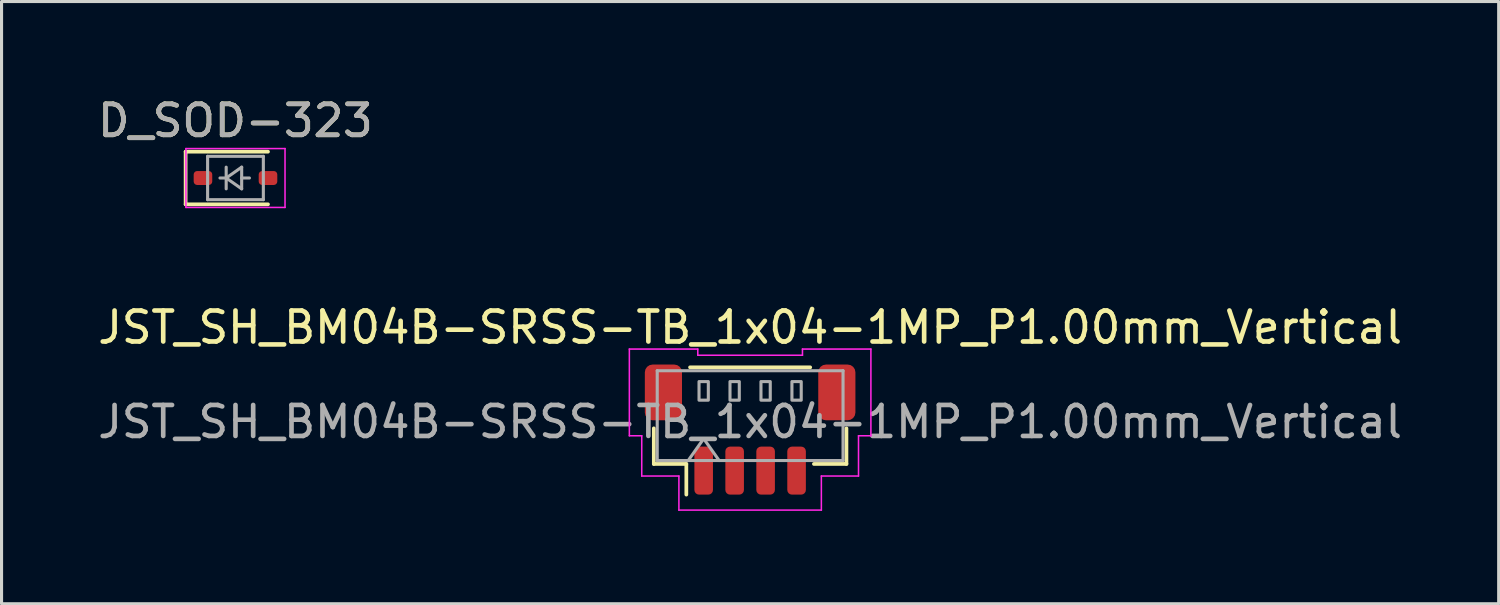
<source format=kicad_pcb>
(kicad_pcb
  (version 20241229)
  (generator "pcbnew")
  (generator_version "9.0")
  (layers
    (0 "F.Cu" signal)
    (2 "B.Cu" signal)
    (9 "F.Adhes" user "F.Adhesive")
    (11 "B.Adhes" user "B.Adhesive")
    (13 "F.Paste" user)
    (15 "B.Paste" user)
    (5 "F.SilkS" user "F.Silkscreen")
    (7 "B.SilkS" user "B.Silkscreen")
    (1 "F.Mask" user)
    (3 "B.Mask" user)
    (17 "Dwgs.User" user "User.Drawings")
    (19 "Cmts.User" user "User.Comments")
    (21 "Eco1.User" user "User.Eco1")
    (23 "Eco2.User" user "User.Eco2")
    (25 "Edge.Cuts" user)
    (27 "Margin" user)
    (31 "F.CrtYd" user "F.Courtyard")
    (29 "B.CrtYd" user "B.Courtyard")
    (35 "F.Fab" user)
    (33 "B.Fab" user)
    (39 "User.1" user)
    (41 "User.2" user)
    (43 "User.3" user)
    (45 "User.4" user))
  (footprint "JST_SH_BM04B-SRSS-TB_1x04-1MP_P1.00mm_Vertical"
    (layer "F.Cu")
    (at 21.173 10.822)
    (property "Reference" "JST_SH_BM04B-SRSS-TB_1x04-1MP_P1.00mm_Vertical" (at 0 -3.3 0) (layer "F.SilkS") (effects (font (size 1 1) (thickness 0.15))))
    (attr smd)
    (fp_line (start -3.11 -0.04) (end -3.11 1.11) (stroke (width 0.12) (type solid)) (layer "F.SilkS"))
    (fp_line (start -3.11 1.11) (end -2.06 1.11) (stroke (width 0.12) (type solid)) (layer "F.SilkS"))
    (fp_line (start -2.06 1.11) (end -2.06 2.1) (stroke (width 0.12) (type solid)) (layer "F.SilkS"))
    (fp_line (start -1.94 -2.01) (end 1.94 -2.01) (stroke (width 0.12) (type solid)) (layer "F.SilkS"))
    (fp_line (start 3.11 -0.04) (end 3.11 1.11) (stroke (width 0.12) (type solid)) (layer "F.SilkS"))
    (fp_line (start 3.11 1.11) (end 2.06 1.11) (stroke (width 0.12) (type solid)) (layer "F.SilkS"))
    (fp_line (start -3.9 -2.6) (end -1.69 -2.6) (stroke (width 0.05) (type solid)) (layer "F.CrtYd"))
    (fp_line (start -3.9 0.2) (end -3.9 -2.6) (stroke (width 0.05) (type solid)) (layer "F.CrtYd"))
    (fp_line (start -3.5 0.2) (end -3.9 0.2) (stroke (width 0.05) (type solid)) (layer "F.CrtYd"))
    (fp_line (start -3.5 1.5) (end -3.5 0.2) (stroke (width 0.05) (type solid)) (layer "F.CrtYd"))
    (fp_line (start -2.3 1.5) (end -3.5 1.5) (stroke (width 0.05) (type solid)) (layer "F.CrtYd"))
    (fp_line (start -2.3 2.6) (end -2.3 1.5) (stroke (width 0.05) (type solid)) (layer "F.CrtYd"))
    (fp_line (start -1.69 -2.6) (end -1.69 -2.4) (stroke (width 0.05) (type solid)) (layer "F.CrtYd"))
    (fp_line (start -1.69 -2.4) (end 1.69 -2.4) (stroke (width 0.05) (type solid)) (layer "F.CrtYd"))
    (fp_line (start 1.69 -2.6) (end 3.9 -2.6) (stroke (width 0.05) (type solid)) (layer "F.CrtYd"))
    (fp_line (start 1.69 -2.4) (end 1.69 -2.6) (stroke (width 0.05) (type solid)) (layer "F.CrtYd"))
    (fp_line (start 2.3 1.5) (end 2.3 2.6) (stroke (width 0.05) (type solid)) (layer "F.CrtYd"))
    (fp_line (start 2.3 2.6) (end -2.3 2.6) (stroke (width 0.05) (type solid)) (layer "F.CrtYd"))
    (fp_line (start 3.5 0.2) (end 3.5 1.5) (stroke (width 0.05) (type solid)) (layer "F.CrtYd"))
    (fp_line (start 3.5 1.5) (end 2.3 1.5) (stroke (width 0.05) (type solid)) (layer "F.CrtYd"))
    (fp_line (start 3.9 -2.6) (end 3.9 0.2) (stroke (width 0.05) (type solid)) (layer "F.CrtYd"))
    (fp_line (start 3.9 0.2) (end 3.5 0.2) (stroke (width 0.05) (type solid)) (layer "F.CrtYd"))
    (fp_line (start -3 -1.9) (end 3 -1.9) (stroke (width 0.1) (type solid)) (layer "F.Fab"))
    (fp_line (start -3 1) (end -3 -1.9) (stroke (width 0.1) (type solid)) (layer "F.Fab"))
    (fp_line (start -3 1) (end 3 1) (stroke (width 0.1) (type solid)) (layer "F.Fab"))
    (fp_line (start -2 1) (end -1.5 0.293) (stroke (width 0.1) (type solid)) (layer "F.Fab"))
    (fp_line (start -1.5 0.293) (end -1 1) (stroke (width 0.1) (type solid)) (layer "F.Fab"))
    (fp_line (start 3 1) (end 3 -1.9) (stroke (width 0.1) (type solid)) (layer "F.Fab"))
    (fp_rect (start -1.65 -1.55) (end -1.35 -0.95) (stroke (width 0.1) (type solid)) (fill no) (layer "F.Fab"))
    (fp_rect (start -0.65 -1.55) (end -0.35 -0.95) (stroke (width 0.1) (type solid)) (fill no) (layer "F.Fab"))
    (fp_rect (start 0.35 -1.55) (end 0.65 -0.95) (stroke (width 0.1) (type solid)) (fill no) (layer "F.Fab"))
    (fp_rect (start 1.35 -1.55) (end 1.65 -0.95) (stroke (width 0.1) (type solid)) (fill no) (layer "F.Fab"))
    (fp_text user "${REFERENCE}" (at 0 -0.25 0) (layer "F.Fab") (effects (font (size 1 1) (thickness 0.15))))
    (pad "1" smd roundrect (at -1.5 1.325) (size 0.6 1.55) (layers "F.Cu" "F.Mask" "F.Paste") (roundrect_rratio 0.25))
    (pad "2" smd roundrect (at -0.5 1.325) (size 0.6 1.55) (layers "F.Cu" "F.Mask" "F.Paste") (roundrect_rratio 0.25))
    (pad "3" smd roundrect (at 0.5 1.325) (size 0.6 1.55) (layers "F.Cu" "F.Mask" "F.Paste") (roundrect_rratio 0.25))
    (pad "4" smd roundrect (at 1.5 1.325) (size 0.6 1.55) (layers "F.Cu" "F.Mask" "F.Paste") (roundrect_rratio 0.25))
    (pad "5" smd roundrect (at -2.8 -1.2) (size 1.2 1.8) (layers "F.Cu" "F.Mask" "F.Paste") (roundrect_rratio 0.208))
    (pad "6" smd roundrect (at 2.8 -1.2) (size 1.2 1.8) (layers "F.Cu" "F.Mask" "F.Paste") (roundrect_rratio 0.208)))
  (footprint "D_SOD-323"
    (layer "F.Cu")
    (at 4.554 2.698)
    (property "Reference" "D_SOD-323" (at 0 -1.85 0) (layer "F.SilkS") (effects (font (size 1 1) (thickness 0.15))))
    (attr smd)
    (fp_line (start -1.61 -0.85) (end -1.61 0.85) (stroke (width 0.12) (type solid)) (layer "F.SilkS"))
    (fp_line (start -1.61 -0.85) (end 1.05 -0.85) (stroke (width 0.12) (type solid)) (layer "F.SilkS"))
    (fp_line (start -1.61 0.85) (end 1.05 0.85) (stroke (width 0.12) (type solid)) (layer "F.SilkS"))
    (fp_line (start -1.6 -0.95) (end -1.6 0.95) (stroke (width 0.05) (type solid)) (layer "F.CrtYd"))
    (fp_line (start -1.6 -0.95) (end 1.6 -0.95) (stroke (width 0.05) (type solid)) (layer "F.CrtYd"))
    (fp_line (start -1.6 0.95) (end 1.6 0.95) (stroke (width 0.05) (type solid)) (layer "F.CrtYd"))
    (fp_line (start 1.6 -0.95) (end 1.6 0.95) (stroke (width 0.05) (type solid)) (layer "F.CrtYd"))
    (fp_line (start -0.9 -0.7) (end 0.9 -0.7) (stroke (width 0.1) (type solid)) (layer "F.Fab"))
    (fp_line (start -0.9 0.7) (end -0.9 -0.7) (stroke (width 0.1) (type solid)) (layer "F.Fab"))
    (fp_line (start -0.3 -0.35) (end -0.3 0.35) (stroke (width 0.1) (type solid)) (layer "F.Fab"))
    (fp_line (start -0.3 0) (end -0.5 0) (stroke (width 0.1) (type solid)) (layer "F.Fab"))
    (fp_line (start -0.3 0) (end 0.2 -0.35) (stroke (width 0.1) (type solid)) (layer "F.Fab"))
    (fp_line (start 0.2 -0.35) (end 0.2 0.35) (stroke (width 0.1) (type solid)) (layer "F.Fab"))
    (fp_line (start 0.2 0) (end 0.45 0) (stroke (width 0.1) (type solid)) (layer "F.Fab"))
    (fp_line (start 0.2 0.35) (end -0.3 0) (stroke (width 0.1) (type solid)) (layer "F.Fab"))
    (fp_line (start 0.9 -0.7) (end 0.9 0.7) (stroke (width 0.1) (type solid)) (layer "F.Fab"))
    (fp_line (start 0.9 0.7) (end -0.9 0.7) (stroke (width 0.1) (type solid)) (layer "F.Fab"))
    (fp_text user "${REFERENCE}" (at 0 -1.85 0) (layer "F.Fab") (effects (font (size 1 1) (thickness 0.15))))
    (pad "1" smd roundrect (at -1.05 0) (size 0.6 0.45) (layers "F.Cu" "F.Mask" "F.Paste") (roundrect_rratio 0.25))
    (pad "2" smd roundrect (at 1.05 0) (size 0.6 0.45) (layers "F.Cu" "F.Mask" "F.Paste") (roundrect_rratio 0.25)))
  (gr_rect
    (start -3 -3)
    (end 45.345 16.447)
    (stroke (width 0.1) (type default))
    (fill no)
    (layer "Edge.Cuts")))
</source>
